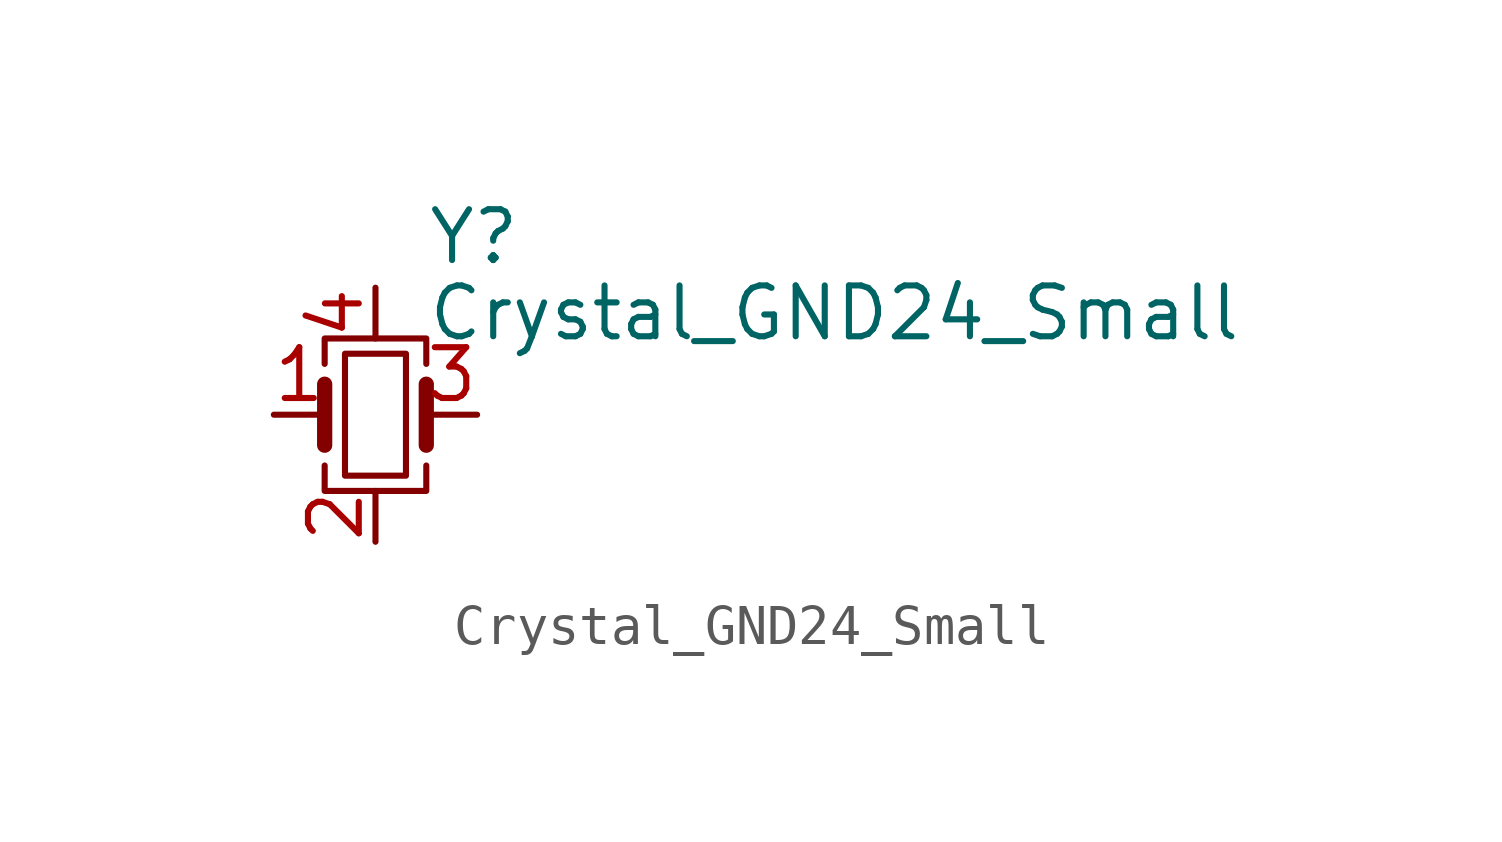
<source format=kicad_sym>
(kicad_symbol_lib
  (version 20211014)
  (generator kicad_symbol_editor)
  (symbol "Crystal_GND24_Small"
    (pin_names
      (offset 1.016) hide)
    (property "Reference" "Y"
      (at 1.27 4.445 0)
      (effects (font (size 1.27 1.27)) (justify left)))
    (property "Value" "Crystal_GND24_Small"
      (at 1.27 2.54 0)
      (effects (font (size 1.27 1.27)) (justify left)))
    (symbol "Crystal_GND24_Small_0_1"
      (rectangle (start -0.762 -1.524) (end 0.762 1.524) (stroke (width 0) (type default) (color 0 0 0 0)) (fill (type none)))
      (polyline (pts (xy -1.27 -0.762) (xy -1.27 0.762)) (stroke (width 0.381) (type default) (color 0 0 0 0)) (fill (type none)))
      (polyline (pts (xy 1.27 -0.762) (xy 1.27 0.762)) (stroke (width 0.381) (type default) (color 0 0 0 0)) (fill (type none)))
      (polyline (pts (xy -1.27 -1.27) (xy -1.27 -1.905) (xy 1.27 -1.905) (xy 1.27 -1.27)) (stroke (width 0) (type default) (color 0 0 0 0)) (fill (type none)))
      (polyline (pts (xy -1.27 1.27) (xy -1.27 1.905) (xy 1.27 1.905) (xy 1.27 1.27)) (stroke (width 0) (type default) (color 0 0 0 0)) (fill (type none))))
    (symbol "Crystal_GND24_Small_1_1"
      (pin passive line (at -2.54 0 0) (length 1.27) (name "1" (effects (font (size 1.27 1.27)))) (number "1" (effects (font (size 1.27 1.27)))))
      (pin passive line (at 0 -3.175 90) (length 1.27) (name "2" (effects (font (size 1.27 1.27)))) (number "2" (effects (font (size 1.27 1.27)))))
      (pin passive line (at 2.54 0 180) (length 1.27) (name "3" (effects (font (size 1.27 1.27)))) (number "3" (effects (font (size 1.27 1.27)))))
      (pin passive line (at 0 3.175 270) (length 1.27) (name "4" (effects (font (size 1.27 1.27)))) (number "4" (effects (font (size 1.27 1.27))))))))
</source>
